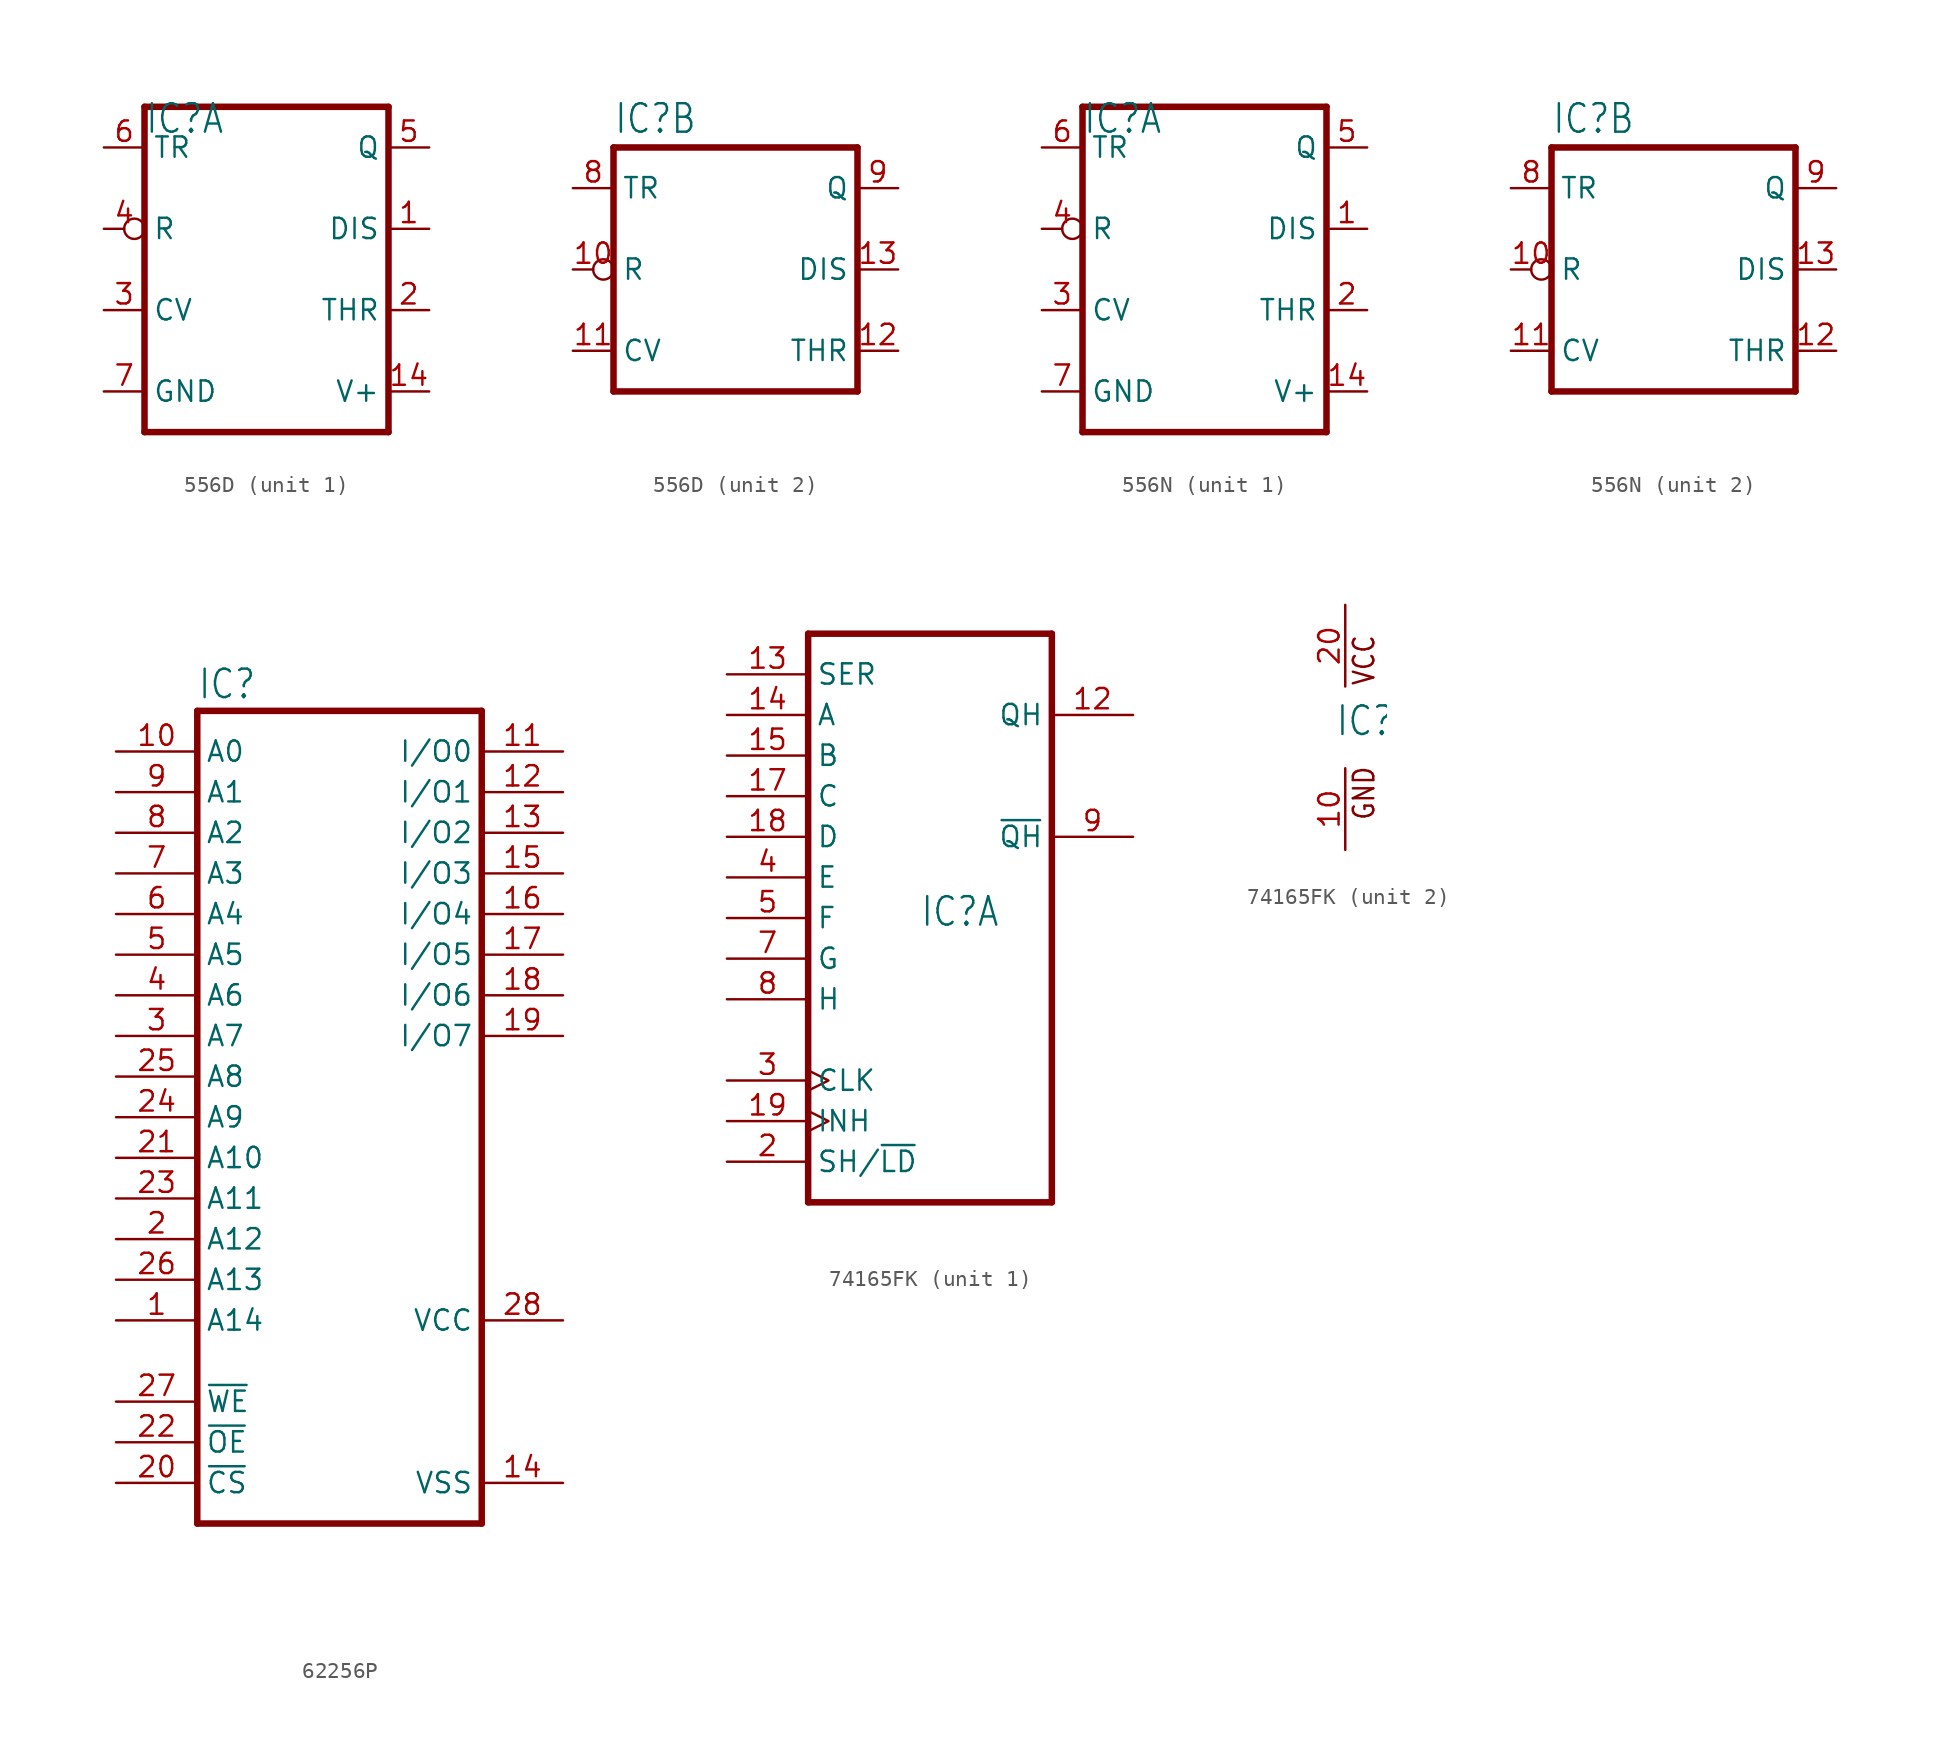
<source format=kicad_sym>
(kicad_symbol_lib
  (version 20220914)
  (generator kicad_symbol_editor)
  (symbol "556D"
    (property "Reference" "IC"
      (at -7.62 8.382 0)
      (effects (font (size 1.778 1.511)) (justify left bottom)))
    (property "Value" ""
      (at -7.62 -10.287 0)
      (effects (font (size 1.778 1.511)) (justify left bottom)))
    (property "ki_locked" ""
      (at 0 0 0)
      (effects (font (size 1.27 1.27))))
    (symbol "556D_1_0"
      (polyline (pts (xy -7.62 -10.16) (xy 7.62 -10.16)) (stroke (width 0.406) (type solid)) (fill (type none)))
      (polyline (pts (xy -7.62 10.16) (xy -7.62 -10.16)) (stroke (width 0.406) (type solid)) (fill (type none)))
      (polyline (pts (xy 7.62 -10.16) (xy 7.62 10.16)) (stroke (width 0.406) (type solid)) (fill (type none)))
      (polyline (pts (xy 7.62 10.16) (xy -7.62 10.16)) (stroke (width 0.406) (type solid)) (fill (type none)))
      (pin input line (at 10.16 2.54 180) (length 2.54) (name "DIS" (effects (font (size 1.27 1.27)))) (number "1" (effects (font (size 1.27 1.27)))))
      (pin power_in line (at 10.16 -7.62 180) (length 2.54) (name "V+" (effects (font (size 1.27 1.27)))) (number "14" (effects (font (size 1.27 1.27)))))
      (pin input line (at 10.16 -2.54 180) (length 2.54) (name "THR" (effects (font (size 1.27 1.27)))) (number "2" (effects (font (size 1.27 1.27)))))
      (pin input line (at -10.16 -2.54 0) (length 2.54) (name "CV" (effects (font (size 1.27 1.27)))) (number "3" (effects (font (size 1.27 1.27)))))
      (pin input inverted (at -10.16 2.54 0) (length 2.54) (name "R" (effects (font (size 1.27 1.27)))) (number "4" (effects (font (size 1.27 1.27)))))
      (pin output line (at 10.16 7.62 180) (length 2.54) (name "Q" (effects (font (size 1.27 1.27)))) (number "5" (effects (font (size 1.27 1.27)))))
      (pin input line (at -10.16 7.62 0) (length 2.54) (name "TR" (effects (font (size 1.27 1.27)))) (number "6" (effects (font (size 1.27 1.27)))))
      (pin power_in line (at -10.16 -7.62 0) (length 2.54) (name "GND" (effects (font (size 1.27 1.27)))) (number "7" (effects (font (size 1.27 1.27))))))
    (symbol "556D_2_0"
      (polyline (pts (xy -7.62 -7.62) (xy 7.62 -7.62)) (stroke (width 0.406) (type solid)) (fill (type none)))
      (polyline (pts (xy -7.62 7.62) (xy -7.62 -7.62)) (stroke (width 0.406) (type solid)) (fill (type none)))
      (polyline (pts (xy 7.62 -7.62) (xy 7.62 7.62)) (stroke (width 0.406) (type solid)) (fill (type none)))
      (polyline (pts (xy 7.62 7.62) (xy -7.62 7.62)) (stroke (width 0.406) (type solid)) (fill (type none)))
      (pin input inverted (at -10.16 0 0) (length 2.54) (name "R" (effects (font (size 1.27 1.27)))) (number "10" (effects (font (size 1.27 1.27)))))
      (pin input line (at -10.16 -5.08 0) (length 2.54) (name "CV" (effects (font (size 1.27 1.27)))) (number "11" (effects (font (size 1.27 1.27)))))
      (pin input line (at 10.16 -5.08 180) (length 2.54) (name "THR" (effects (font (size 1.27 1.27)))) (number "12" (effects (font (size 1.27 1.27)))))
      (pin input line (at 10.16 0 180) (length 2.54) (name "DIS" (effects (font (size 1.27 1.27)))) (number "13" (effects (font (size 1.27 1.27)))))
      (pin input line (at -10.16 5.08 0) (length 2.54) (name "TR" (effects (font (size 1.27 1.27)))) (number "8" (effects (font (size 1.27 1.27)))))
      (pin output line (at 10.16 5.08 180) (length 2.54) (name "Q" (effects (font (size 1.27 1.27)))) (number "9" (effects (font (size 1.27 1.27)))))))
  (symbol "556N"
    (property "Reference" "IC"
      (at -7.62 8.382 0)
      (effects (font (size 1.778 1.511)) (justify left bottom)))
    (property "Value" ""
      (at -7.62 -10.287 0)
      (effects (font (size 1.778 1.511)) (justify left bottom)))
    (property "ki_locked" ""
      (at 0 0 0)
      (effects (font (size 1.27 1.27))))
    (symbol "556N_1_0"
      (polyline (pts (xy -7.62 -10.16) (xy 7.62 -10.16)) (stroke (width 0.406) (type solid)) (fill (type none)))
      (polyline (pts (xy -7.62 10.16) (xy -7.62 -10.16)) (stroke (width 0.406) (type solid)) (fill (type none)))
      (polyline (pts (xy 7.62 -10.16) (xy 7.62 10.16)) (stroke (width 0.406) (type solid)) (fill (type none)))
      (polyline (pts (xy 7.62 10.16) (xy -7.62 10.16)) (stroke (width 0.406) (type solid)) (fill (type none)))
      (pin input line (at 10.16 2.54 180) (length 2.54) (name "DIS" (effects (font (size 1.27 1.27)))) (number "1" (effects (font (size 1.27 1.27)))))
      (pin power_in line (at 10.16 -7.62 180) (length 2.54) (name "V+" (effects (font (size 1.27 1.27)))) (number "14" (effects (font (size 1.27 1.27)))))
      (pin input line (at 10.16 -2.54 180) (length 2.54) (name "THR" (effects (font (size 1.27 1.27)))) (number "2" (effects (font (size 1.27 1.27)))))
      (pin input line (at -10.16 -2.54 0) (length 2.54) (name "CV" (effects (font (size 1.27 1.27)))) (number "3" (effects (font (size 1.27 1.27)))))
      (pin input inverted (at -10.16 2.54 0) (length 2.54) (name "R" (effects (font (size 1.27 1.27)))) (number "4" (effects (font (size 1.27 1.27)))))
      (pin output line (at 10.16 7.62 180) (length 2.54) (name "Q" (effects (font (size 1.27 1.27)))) (number "5" (effects (font (size 1.27 1.27)))))
      (pin input line (at -10.16 7.62 0) (length 2.54) (name "TR" (effects (font (size 1.27 1.27)))) (number "6" (effects (font (size 1.27 1.27)))))
      (pin power_in line (at -10.16 -7.62 0) (length 2.54) (name "GND" (effects (font (size 1.27 1.27)))) (number "7" (effects (font (size 1.27 1.27))))))
    (symbol "556N_2_0"
      (polyline (pts (xy -7.62 -7.62) (xy 7.62 -7.62)) (stroke (width 0.406) (type solid)) (fill (type none)))
      (polyline (pts (xy -7.62 7.62) (xy -7.62 -7.62)) (stroke (width 0.406) (type solid)) (fill (type none)))
      (polyline (pts (xy 7.62 -7.62) (xy 7.62 7.62)) (stroke (width 0.406) (type solid)) (fill (type none)))
      (polyline (pts (xy 7.62 7.62) (xy -7.62 7.62)) (stroke (width 0.406) (type solid)) (fill (type none)))
      (pin input inverted (at -10.16 0 0) (length 2.54) (name "R" (effects (font (size 1.27 1.27)))) (number "10" (effects (font (size 1.27 1.27)))))
      (pin input line (at -10.16 -5.08 0) (length 2.54) (name "CV" (effects (font (size 1.27 1.27)))) (number "11" (effects (font (size 1.27 1.27)))))
      (pin input line (at 10.16 -5.08 180) (length 2.54) (name "THR" (effects (font (size 1.27 1.27)))) (number "12" (effects (font (size 1.27 1.27)))))
      (pin input line (at 10.16 0 180) (length 2.54) (name "DIS" (effects (font (size 1.27 1.27)))) (number "13" (effects (font (size 1.27 1.27)))))
      (pin input line (at -10.16 5.08 0) (length 2.54) (name "TR" (effects (font (size 1.27 1.27)))) (number "8" (effects (font (size 1.27 1.27)))))
      (pin output line (at 10.16 5.08 180) (length 2.54) (name "Q" (effects (font (size 1.27 1.27)))) (number "9" (effects (font (size 1.27 1.27)))))))
  (symbol "62256P"
    (property "Reference" "IC"
      (at -10.16 20.955 0)
      (effects (font (size 1.778 1.511)) (justify left bottom)))
    (property "Value" ""
      (at -10.16 -33.02 0)
      (effects (font (size 1.778 1.511)) (justify left bottom)))
    (property "ki_locked" ""
      (at 0 0 0)
      (effects (font (size 1.27 1.27))))
    (symbol "62256P_1_0"
      (polyline (pts (xy -10.16 -30.48) (xy -10.16 20.32)) (stroke (width 0.406) (type solid)) (fill (type none)))
      (polyline (pts (xy -10.16 -30.48) (xy 7.62 -30.48)) (stroke (width 0.406) (type solid)) (fill (type none)))
      (polyline (pts (xy 7.62 20.32) (xy -10.16 20.32)) (stroke (width 0.406) (type solid)) (fill (type none)))
      (polyline (pts (xy 7.62 20.32) (xy 7.62 -30.48)) (stroke (width 0.406) (type solid)) (fill (type none)))
      (pin input line (at -15.24 -17.78 0) (length 5.08) (name "A14" (effects (font (size 1.27 1.27)))) (number "1" (effects (font (size 1.27 1.27)))))
      (pin input line (at -15.24 17.78 0) (length 5.08) (name "A0" (effects (font (size 1.27 1.27)))) (number "10" (effects (font (size 1.27 1.27)))))
      (pin bidirectional line (at 12.7 17.78 180) (length 5.08) (name "I/O0" (effects (font (size 1.27 1.27)))) (number "11" (effects (font (size 1.27 1.27)))))
      (pin bidirectional line (at 12.7 15.24 180) (length 5.08) (name "I/O1" (effects (font (size 1.27 1.27)))) (number "12" (effects (font (size 1.27 1.27)))))
      (pin bidirectional line (at 12.7 12.7 180) (length 5.08) (name "I/O2" (effects (font (size 1.27 1.27)))) (number "13" (effects (font (size 1.27 1.27)))))
      (pin power_in line (at 12.7 -27.94 180) (length 5.08) (name "VSS" (effects (font (size 1.27 1.27)))) (number "14" (effects (font (size 1.27 1.27)))))
      (pin bidirectional line (at 12.7 10.16 180) (length 5.08) (name "I/O3" (effects (font (size 1.27 1.27)))) (number "15" (effects (font (size 1.27 1.27)))))
      (pin bidirectional line (at 12.7 7.62 180) (length 5.08) (name "I/O4" (effects (font (size 1.27 1.27)))) (number "16" (effects (font (size 1.27 1.27)))))
      (pin bidirectional line (at 12.7 5.08 180) (length 5.08) (name "I/O5" (effects (font (size 1.27 1.27)))) (number "17" (effects (font (size 1.27 1.27)))))
      (pin bidirectional line (at 12.7 2.54 180) (length 5.08) (name "I/O6" (effects (font (size 1.27 1.27)))) (number "18" (effects (font (size 1.27 1.27)))))
      (pin bidirectional line (at 12.7 0 180) (length 5.08) (name "I/O7" (effects (font (size 1.27 1.27)))) (number "19" (effects (font (size 1.27 1.27)))))
      (pin input line (at -15.24 -12.7 0) (length 5.08) (name "A12" (effects (font (size 1.27 1.27)))) (number "2" (effects (font (size 1.27 1.27)))))
      (pin input line (at -15.24 -27.94 0) (length 5.08) (name "~{CS}" (effects (font (size 1.27 1.27)))) (number "20" (effects (font (size 1.27 1.27)))))
      (pin input line (at -15.24 -7.62 0) (length 5.08) (name "A10" (effects (font (size 1.27 1.27)))) (number "21" (effects (font (size 1.27 1.27)))))
      (pin input line (at -15.24 -25.4 0) (length 5.08) (name "~{OE}" (effects (font (size 1.27 1.27)))) (number "22" (effects (font (size 1.27 1.27)))))
      (pin input line (at -15.24 -10.16 0) (length 5.08) (name "A11" (effects (font (size 1.27 1.27)))) (number "23" (effects (font (size 1.27 1.27)))))
      (pin input line (at -15.24 -5.08 0) (length 5.08) (name "A9" (effects (font (size 1.27 1.27)))) (number "24" (effects (font (size 1.27 1.27)))))
      (pin input line (at -15.24 -2.54 0) (length 5.08) (name "A8" (effects (font (size 1.27 1.27)))) (number "25" (effects (font (size 1.27 1.27)))))
      (pin input line (at -15.24 -15.24 0) (length 5.08) (name "A13" (effects (font (size 1.27 1.27)))) (number "26" (effects (font (size 1.27 1.27)))))
      (pin input line (at -15.24 -22.86 0) (length 5.08) (name "~{WE}" (effects (font (size 1.27 1.27)))) (number "27" (effects (font (size 1.27 1.27)))))
      (pin power_in line (at 12.7 -17.78 180) (length 5.08) (name "VCC" (effects (font (size 1.27 1.27)))) (number "28" (effects (font (size 1.27 1.27)))))
      (pin input line (at -15.24 0 0) (length 5.08) (name "A7" (effects (font (size 1.27 1.27)))) (number "3" (effects (font (size 1.27 1.27)))))
      (pin input line (at -15.24 2.54 0) (length 5.08) (name "A6" (effects (font (size 1.27 1.27)))) (number "4" (effects (font (size 1.27 1.27)))))
      (pin input line (at -15.24 5.08 0) (length 5.08) (name "A5" (effects (font (size 1.27 1.27)))) (number "5" (effects (font (size 1.27 1.27)))))
      (pin input line (at -15.24 7.62 0) (length 5.08) (name "A4" (effects (font (size 1.27 1.27)))) (number "6" (effects (font (size 1.27 1.27)))))
      (pin input line (at -15.24 10.16 0) (length 5.08) (name "A3" (effects (font (size 1.27 1.27)))) (number "7" (effects (font (size 1.27 1.27)))))
      (pin input line (at -15.24 12.7 0) (length 5.08) (name "A2" (effects (font (size 1.27 1.27)))) (number "8" (effects (font (size 1.27 1.27)))))
      (pin input line (at -15.24 15.24 0) (length 5.08) (name "A1" (effects (font (size 1.27 1.27)))) (number "9" (effects (font (size 1.27 1.27)))))))
  (symbol "74165FK"
    (property "Reference" "IC"
      (at -0.635 -0.635 0)
      (effects (font (size 1.778 1.511)) (justify left bottom)))
    (property "ki_locked" ""
      (at 0 0 0)
      (effects (font (size 1.27 1.27))))
    (symbol "74165FK_1_0"
      (polyline (pts (xy -7.62 -17.78) (xy 7.62 -17.78)) (stroke (width 0.406) (type solid)) (fill (type none)))
      (polyline (pts (xy -7.62 17.78) (xy -7.62 -17.78)) (stroke (width 0.406) (type solid)) (fill (type none)))
      (polyline (pts (xy 7.62 -17.78) (xy 7.62 17.78)) (stroke (width 0.406) (type solid)) (fill (type none)))
      (polyline (pts (xy 7.62 17.78) (xy -7.62 17.78)) (stroke (width 0.406) (type solid)) (fill (type none)))
      (pin output line (at 12.7 12.7 180) (length 5.08) (name "QH" (effects (font (size 1.27 1.27)))) (number "12" (effects (font (size 1.27 1.27)))))
      (pin input line (at -12.7 15.24 0) (length 5.08) (name "SER" (effects (font (size 1.27 1.27)))) (number "13" (effects (font (size 1.27 1.27)))))
      (pin input line (at -12.7 12.7 0) (length 5.08) (name "A" (effects (font (size 1.27 1.27)))) (number "14" (effects (font (size 1.27 1.27)))))
      (pin input line (at -12.7 10.16 0) (length 5.08) (name "B" (effects (font (size 1.27 1.27)))) (number "15" (effects (font (size 1.27 1.27)))))
      (pin input line (at -12.7 7.62 0) (length 5.08) (name "C" (effects (font (size 1.27 1.27)))) (number "17" (effects (font (size 1.27 1.27)))))
      (pin input line (at -12.7 5.08 0) (length 5.08) (name "D" (effects (font (size 1.27 1.27)))) (number "18" (effects (font (size 1.27 1.27)))))
      (pin input clock (at -12.7 -12.7 0) (length 5.08) (name "INH" (effects (font (size 1.27 1.27)))) (number "19" (effects (font (size 1.27 1.27)))))
      (pin input line (at -12.7 -15.24 0) (length 5.08) (name "SH/~{LD}" (effects (font (size 1.27 1.27)))) (number "2" (effects (font (size 1.27 1.27)))))
      (pin input clock (at -12.7 -10.16 0) (length 5.08) (name "CLK" (effects (font (size 1.27 1.27)))) (number "3" (effects (font (size 1.27 1.27)))))
      (pin input line (at -12.7 2.54 0) (length 5.08) (name "E" (effects (font (size 1.27 1.27)))) (number "4" (effects (font (size 1.27 1.27)))))
      (pin input line (at -12.7 0 0) (length 5.08) (name "F" (effects (font (size 1.27 1.27)))) (number "5" (effects (font (size 1.27 1.27)))))
      (pin input line (at -12.7 -2.54 0) (length 5.08) (name "G" (effects (font (size 1.27 1.27)))) (number "7" (effects (font (size 1.27 1.27)))))
      (pin input line (at -12.7 -5.08 0) (length 5.08) (name "H" (effects (font (size 1.27 1.27)))) (number "8" (effects (font (size 1.27 1.27)))))
      (pin output line (at 12.7 5.08 180) (length 5.08) (name "~{QH}" (effects (font (size 1.27 1.27)))) (number "9" (effects (font (size 1.27 1.27))))))
    (symbol "74165FK_2_0"
      (text "GND" (at 1.905 -5.842 900) (effects (font (size 1.27 1.079)) (justify left bottom)))
      (text "VCC" (at 1.905 2.54 900) (effects (font (size 1.27 1.079)) (justify left bottom)))
      (pin power_in line (at 0 -7.62 90) (length 5.08) (name "GND" (effects (font (size 0 0)))) (number "10" (effects (font (size 1.27 1.27)))))
      (pin power_in line (at 0 7.62 270) (length 5.08) (name "VCC" (effects (font (size 0 0)))) (number "20" (effects (font (size 1.27 1.27))))))))
</source>
